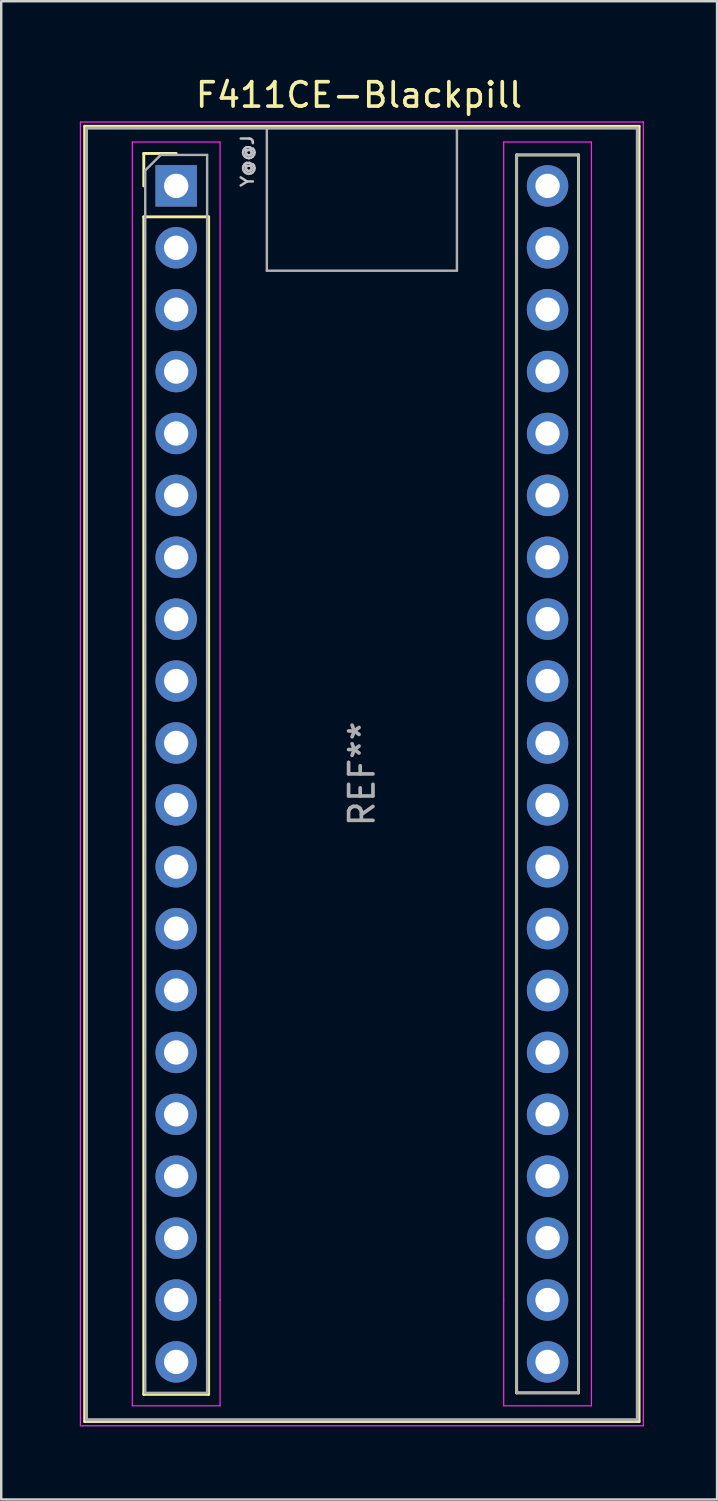
<source format=kicad_pcb>
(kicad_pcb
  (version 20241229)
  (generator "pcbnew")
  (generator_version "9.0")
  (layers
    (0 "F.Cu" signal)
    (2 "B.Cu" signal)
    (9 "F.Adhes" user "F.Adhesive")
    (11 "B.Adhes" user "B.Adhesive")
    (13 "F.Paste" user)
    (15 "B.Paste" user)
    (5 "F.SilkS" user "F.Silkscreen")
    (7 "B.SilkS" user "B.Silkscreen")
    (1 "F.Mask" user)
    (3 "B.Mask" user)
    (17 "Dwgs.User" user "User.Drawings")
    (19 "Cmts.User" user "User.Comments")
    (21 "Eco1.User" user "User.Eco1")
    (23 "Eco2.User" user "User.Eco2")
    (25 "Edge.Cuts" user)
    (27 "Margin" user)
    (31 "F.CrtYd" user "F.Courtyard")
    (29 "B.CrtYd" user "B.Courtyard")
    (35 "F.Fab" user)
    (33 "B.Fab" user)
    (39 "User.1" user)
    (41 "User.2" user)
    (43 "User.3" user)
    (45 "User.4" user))
  (footprint "F411CE-Blackpill"
    (layer "F.Cu")
    (at 0.25 2.118)
    (property "Reference" "F411CE-Blackpill" (at 11.43 -1.27 180) (layer "F.SilkS") (effects (font (size 1 1) (thickness 0.15))))
    (attr through_hole)
    (fp_line (start 0.175 0.015) (end 22.925 0.015) (stroke (width 0.12) (type solid)) (layer "F.SilkS"))
    (fp_line (start 0.175 53.165) (end 0.175 0.015) (stroke (width 0.12) (type solid)) (layer "F.SilkS"))
    (fp_line (start 2.6 1.13) (end 3.93 1.13) (stroke (width 0.12) (type solid)) (layer "F.SilkS"))
    (fp_line (start 2.6 2.46) (end 2.6 1.13) (stroke (width 0.12) (type solid)) (layer "F.SilkS"))
    (fp_line (start 2.6 3.73) (end 5.26 3.73) (stroke (width 0.12) (type solid)) (layer "F.SilkS"))
    (fp_line (start 2.6 52.05) (end 2.6 3.73) (stroke (width 0.12) (type solid)) (layer "F.SilkS"))
    (fp_line (start 5.26 3.73) (end 5.26 52.05) (stroke (width 0.12) (type solid)) (layer "F.SilkS"))
    (fp_line (start 5.26 52.05) (end 2.6 52.05) (stroke (width 0.12) (type solid)) (layer "F.SilkS"))
    (fp_line (start 17.9 1.19) (end 20.44 1.19) (stroke (width 0.12) (type solid)) (layer "F.SilkS"))
    (fp_line (start 17.9 51.99) (end 17.9 1.19) (stroke (width 0.12) (type solid)) (layer "F.SilkS"))
    (fp_line (start 20.44 1.19) (end 20.44 51.99) (stroke (width 0.12) (type solid)) (layer "F.SilkS"))
    (fp_line (start 20.44 51.99) (end 17.9 51.99) (stroke (width 0.12) (type solid)) (layer "F.SilkS"))
    (fp_line (start 22.925 0.015) (end 22.925 53.165) (stroke (width 0.12) (type solid)) (layer "F.SilkS"))
    (fp_line (start 22.925 53.165) (end 0.175 53.165) (stroke (width 0.12) (type solid)) (layer "F.SilkS"))
    (fp_line (start 0 -0.16) (end 23.1 -0.16) (stroke (width 0.05) (type solid)) (layer "F.CrtYd"))
    (fp_line (start 0 53.34) (end 0 -0.16) (stroke (width 0.05) (type solid)) (layer "F.CrtYd"))
    (fp_line (start 2.13 0.66) (end 2.13 52.52) (stroke (width 0.05) (type solid)) (layer "F.CrtYd"))
    (fp_line (start 2.13 52.52) (end 5.73 52.52) (stroke (width 0.05) (type solid)) (layer "F.CrtYd"))
    (fp_line (start 5.73 0.66) (end 2.13 0.66) (stroke (width 0.05) (type solid)) (layer "F.CrtYd"))
    (fp_line (start 5.73 0.66) (end 5.73 48.18) (stroke (width 0.05) (type solid)) (layer "F.CrtYd"))
    (fp_line (start 5.73 48.18) (end 5.73 52.52) (stroke (width 0.05) (type solid)) (layer "F.CrtYd"))
    (fp_line (start 17.37 0.66) (end 17.37 48.18) (stroke (width 0.05) (type solid)) (layer "F.CrtYd"))
    (fp_line (start 17.37 0.66) (end 20.97 0.66) (stroke (width 0.05) (type solid)) (layer "F.CrtYd"))
    (fp_line (start 17.37 48.18) (end 17.37 52.52) (stroke (width 0.05) (type solid)) (layer "F.CrtYd"))
    (fp_line (start 20.97 0.66) (end 20.97 52.52) (stroke (width 0.05) (type solid)) (layer "F.CrtYd"))
    (fp_line (start 20.97 52.52) (end 17.37 52.52) (stroke (width 0.05) (type solid)) (layer "F.CrtYd"))
    (fp_line (start 23.1 -0.16) (end 23.1 53.34) (stroke (width 0.05) (type solid)) (layer "F.CrtYd"))
    (fp_line (start 23.1 53.34) (end 0 53.34) (stroke (width 0.05) (type solid)) (layer "F.CrtYd"))
    (fp_line (start 0.25 0.09) (end 22.85 0.09) (stroke (width 0.12) (type solid)) (layer "F.Fab"))
    (fp_line (start 0.25 53.09) (end 0.25 0.14) (stroke (width 0.12) (type solid)) (layer "F.Fab"))
    (fp_line (start 0.25 53.09) (end 22.85 53.09) (stroke (width 0.12) (type solid)) (layer "F.Fab"))
    (fp_line (start 2.66 1.825) (end 3.295 1.19) (stroke (width 0.1) (type solid)) (layer "F.Fab"))
    (fp_line (start 2.66 51.99) (end 2.66 1.825) (stroke (width 0.1) (type solid)) (layer "F.Fab"))
    (fp_line (start 3.295 1.19) (end 5.2 1.19) (stroke (width 0.1) (type solid)) (layer "F.Fab"))
    (fp_line (start 5.2 1.19) (end 5.2 51.99) (stroke (width 0.1) (type solid)) (layer "F.Fab"))
    (fp_line (start 5.2 51.99) (end 2.66 51.99) (stroke (width 0.1) (type solid)) (layer "F.Fab"))
    (fp_line (start 7.65 5.94) (end 7.65 0.14) (stroke (width 0.1) (type solid)) (layer "F.Fab"))
    (fp_line (start 7.65 5.94) (end 15.45 5.94) (stroke (width 0.1) (type solid)) (layer "F.Fab"))
    (fp_line (start 15.45 5.94) (end 15.45 0.14) (stroke (width 0.1) (type solid)) (layer "F.Fab"))
    (fp_line (start 17.9 1.19) (end 20.44 1.19) (stroke (width 0.1) (type solid)) (layer "F.Fab"))
    (fp_line (start 17.9 51.99) (end 17.9 1.19) (stroke (width 0.1) (type solid)) (layer "F.Fab"))
    (fp_line (start 20.44 1.19) (end 20.44 51.99) (stroke (width 0.1) (type solid)) (layer "F.Fab"))
    (fp_line (start 20.44 51.99) (end 17.9 51.99) (stroke (width 0.1) (type solid)) (layer "F.Fab"))
    (fp_line (start 22.85 0.09) (end 22.85 53.09) (stroke (width 0.12) (type solid)) (layer "F.Fab"))
    (fp_text user "Y@@J" (at 6.851 1.444 90) (unlocked yes) (layer "Dwgs.User") (effects (font (size 0.5 0.5) (thickness 0.1))))
    (fp_text user "REF**" (at 11.55 26.59 90) (layer "F.Fab") (effects (font (size 1 1) (thickness 0.15))))
    (pad "1" thru_hole rect (at 3.93 2.46) (size 1.7 1.7) (drill 1) (layers "*.Cu" "*.Mask"))
    (pad "2" thru_hole circle (at 3.93 5) (size 1.7 1.7) (drill 1) (layers "*.Cu" "*.Mask"))
    (pad "3" thru_hole circle (at 3.93 7.54) (size 1.7 1.7) (drill 1) (layers "*.Cu" "*.Mask"))
    (pad "4" thru_hole circle (at 3.93 10.08) (size 1.7 1.7) (drill 1) (layers "*.Cu" "*.Mask"))
    (pad "5" thru_hole circle (at 3.93 12.62) (size 1.7 1.7) (drill 1) (layers "*.Cu" "*.Mask"))
    (pad "6" thru_hole circle (at 3.93 15.16) (size 1.7 1.7) (drill 1) (layers "*.Cu" "*.Mask"))
    (pad "7" thru_hole circle (at 3.93 17.7) (size 1.7 1.7) (drill 1) (layers "*.Cu" "*.Mask"))
    (pad "8" thru_hole circle (at 3.93 20.24) (size 1.7 1.7) (drill 1) (layers "*.Cu" "*.Mask"))
    (pad "9" thru_hole circle (at 3.93 22.78) (size 1.7 1.7) (drill 1) (layers "*.Cu" "*.Mask"))
    (pad "10" thru_hole circle (at 3.93 25.32) (size 1.7 1.7) (drill 1) (layers "*.Cu" "*.Mask"))
    (pad "11" thru_hole circle (at 3.93 27.86) (size 1.7 1.7) (drill 1) (layers "*.Cu" "*.Mask"))
    (pad "12" thru_hole circle (at 3.93 30.4) (size 1.7 1.7) (drill 1) (layers "*.Cu" "*.Mask"))
    (pad "13" thru_hole circle (at 3.93 32.94) (size 1.7 1.7) (drill 1) (layers "*.Cu" "*.Mask"))
    (pad "14" thru_hole circle (at 3.93 35.48) (size 1.7 1.7) (drill 1) (layers "*.Cu" "*.Mask"))
    (pad "15" thru_hole circle (at 3.93 38.02) (size 1.7 1.7) (drill 1) (layers "*.Cu" "*.Mask"))
    (pad "16" thru_hole circle (at 3.93 40.56) (size 1.7 1.7) (drill 1) (layers "*.Cu" "*.Mask"))
    (pad "17" thru_hole circle (at 3.93 43.1) (size 1.7 1.7) (drill 1) (layers "*.Cu" "*.Mask"))
    (pad "18" thru_hole circle (at 3.93 45.64) (size 1.7 1.7) (drill 1) (layers "*.Cu" "*.Mask"))
    (pad "19" thru_hole circle (at 3.93 48.18) (size 1.7 1.7) (drill 1) (layers "*.Cu" "*.Mask"))
    (pad "20" thru_hole circle (at 3.93 50.72) (size 1.7 1.7) (drill 1) (layers "*.Cu" "*.Mask"))
    (pad "21" thru_hole circle (at 19.17 50.72) (size 1.7 1.7) (drill 1) (layers "*.Cu" "*.Mask"))
    (pad "22" thru_hole circle (at 19.17 48.18) (size 1.7 1.7) (drill 1) (layers "*.Cu" "*.Mask"))
    (pad "23" thru_hole circle (at 19.17 45.64) (size 1.7 1.7) (drill 1) (layers "*.Cu" "*.Mask"))
    (pad "24" thru_hole circle (at 19.17 43.1) (size 1.7 1.7) (drill 1) (layers "*.Cu" "*.Mask"))
    (pad "25" thru_hole circle (at 19.17 40.56) (size 1.7 1.7) (drill 1) (layers "*.Cu" "*.Mask"))
    (pad "26" thru_hole circle (at 19.17 38.02) (size 1.7 1.7) (drill 1) (layers "*.Cu" "*.Mask"))
    (pad "27" thru_hole circle (at 19.17 35.48) (size 1.7 1.7) (drill 1) (layers "*.Cu" "*.Mask"))
    (pad "28" thru_hole circle (at 19.17 32.94) (size 1.7 1.7) (drill 1) (layers "*.Cu" "*.Mask"))
    (pad "29" thru_hole circle (at 19.17 30.4) (size 1.7 1.7) (drill 1) (layers "*.Cu" "*.Mask"))
    (pad "30" thru_hole circle (at 19.17 27.86) (size 1.7 1.7) (drill 1) (layers "*.Cu" "*.Mask"))
    (pad "31" thru_hole circle (at 19.17 25.32) (size 1.7 1.7) (drill 1) (layers "*.Cu" "*.Mask"))
    (pad "32" thru_hole circle (at 19.17 22.78) (size 1.7 1.7) (drill 1) (layers "*.Cu" "*.Mask"))
    (pad "33" thru_hole circle (at 19.17 20.24) (size 1.7 1.7) (drill 1) (layers "*.Cu" "*.Mask"))
    (pad "34" thru_hole circle (at 19.17 17.7) (size 1.7 1.7) (drill 1) (layers "*.Cu" "*.Mask"))
    (pad "35" thru_hole circle (at 19.17 15.16) (size 1.7 1.7) (drill 1) (layers "*.Cu" "*.Mask"))
    (pad "36" thru_hole circle (at 19.17 12.62) (size 1.7 1.7) (drill 1) (layers "*.Cu" "*.Mask"))
    (pad "37" thru_hole circle (at 19.17 10.08) (size 1.7 1.7) (drill 1) (layers "*.Cu" "*.Mask"))
    (pad "38" thru_hole circle (at 19.17 7.54) (size 1.7 1.7) (drill 1) (layers "*.Cu" "*.Mask"))
    (pad "39" thru_hole circle (at 19.17 5) (size 1.7 1.7) (drill 1) (layers "*.Cu" "*.Mask"))
    (pad "40" thru_hole circle (at 19.17 2.46) (size 1.7 1.7) (drill 1) (layers "*.Cu" "*.Mask")))
  (gr_rect
    (start -3 -3)
    (end 26.375 58.483)
    (stroke (width 0.1) (type default))
    (fill no)
    (layer "Edge.Cuts")))
</source>
